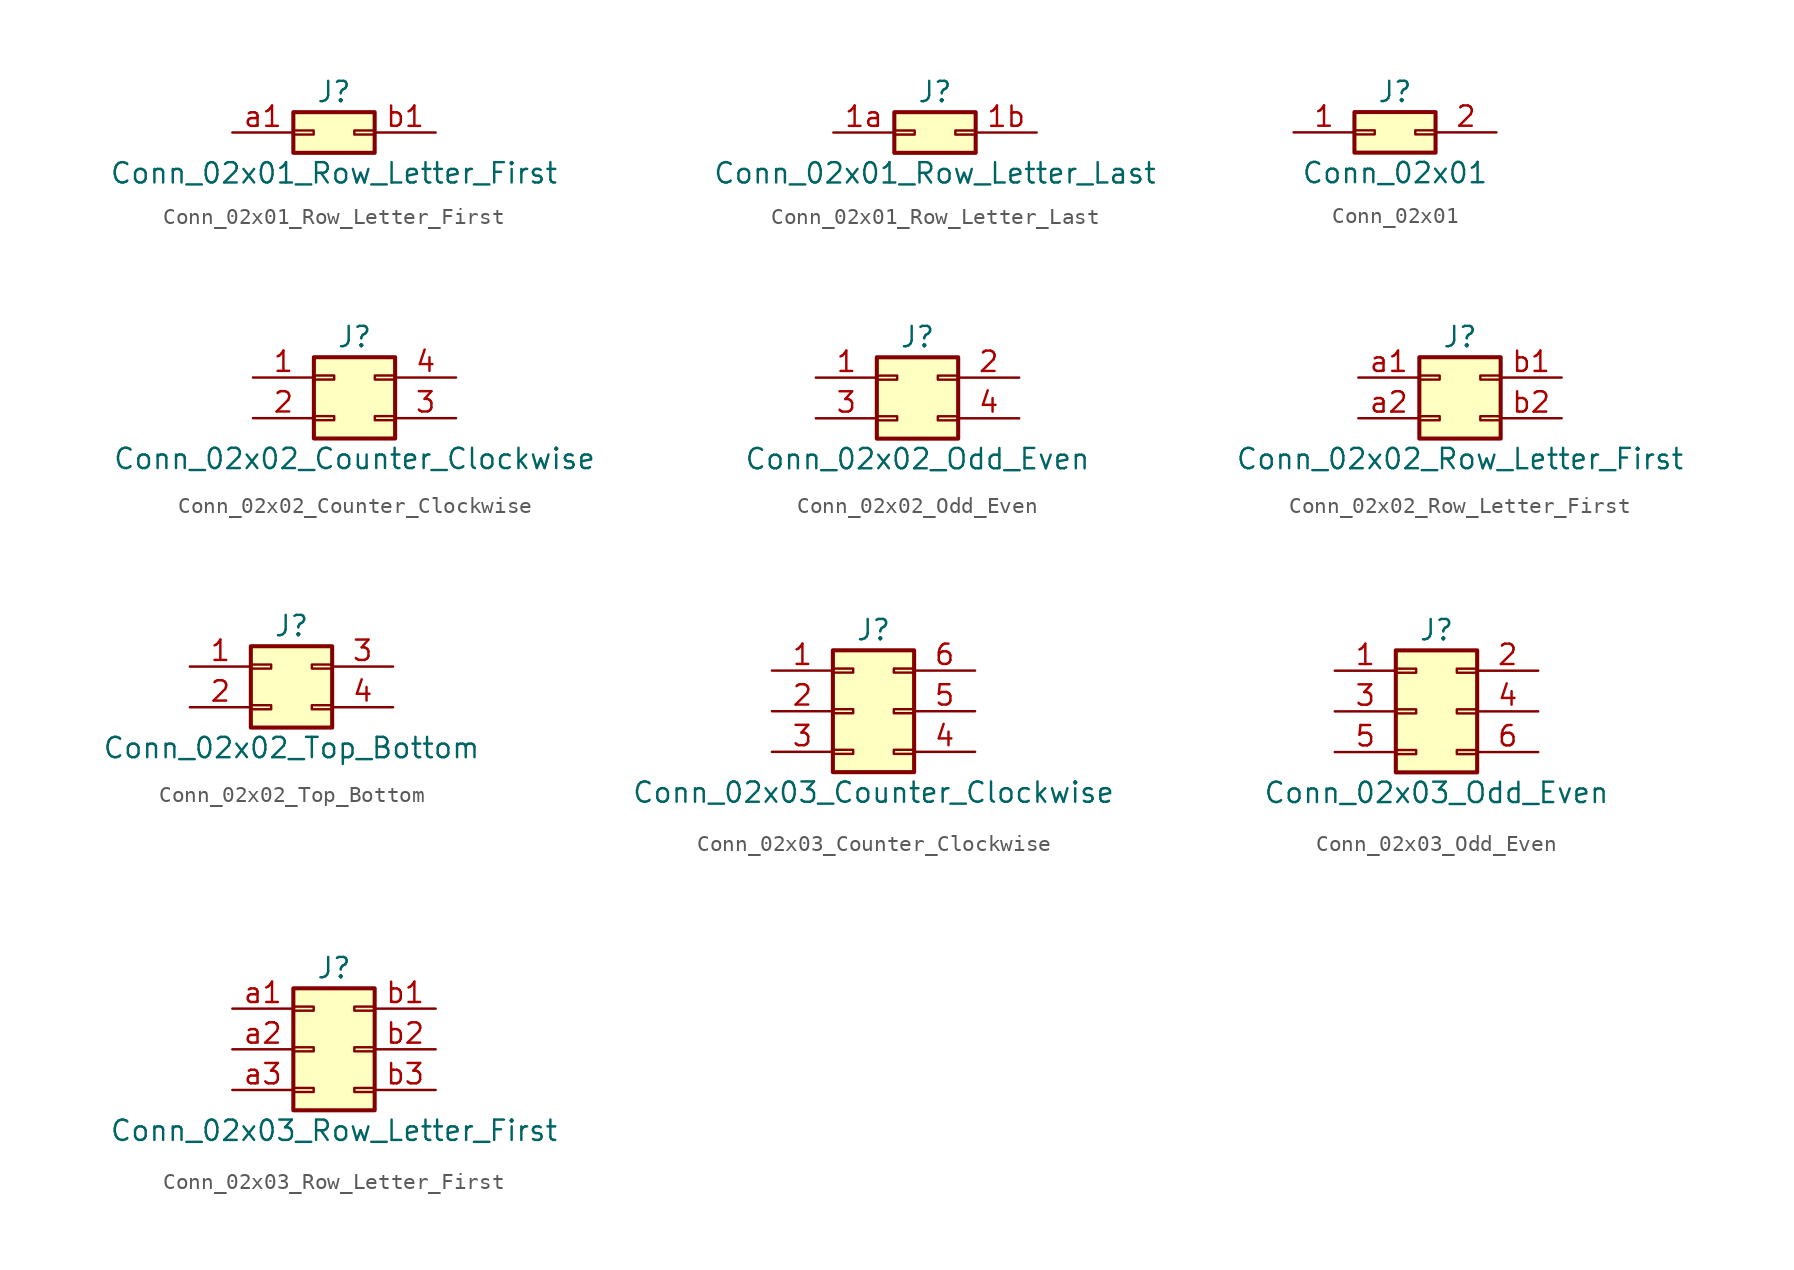
<source format=kicad_sym>
(kicad_symbol_lib
  (version 20201005)
  (generator kicad_symbol_editor)
  (symbol "Conn_02x01_Row_Letter_First"
    (pin_names
      (offset 1.016) hide)
    (property "Reference" "J"
      (at 1.27 2.54 0)
      (effects (font (size 1.27 1.27))))
    (property "Value" "Conn_02x01_Row_Letter_First"
      (at 1.27 -2.54 0)
      (effects (font (size 1.27 1.27))))
    (symbol "Conn_02x01_Row_Letter_First_1_1"
      (rectangle (start -1.27 0.127) (end 0 -0.127) (stroke (width 0.152)) (fill (type none)))
      (rectangle (start -1.27 1.27) (end 3.81 -1.27) (stroke (width 0.254)) (fill (type background)))
      (rectangle (start 3.81 0.127) (end 2.54 -0.127) (stroke (width 0.152)) (fill (type none)))
      (pin passive line (at -5.08 0 0) (length 3.81) (name "Pin_a1" (effects (font (size 1.27 1.27)))) (number "a1" (effects (font (size 1.27 1.27)))))
      (pin passive line (at 7.62 0 180) (length 3.81) (name "Pin_b1" (effects (font (size 1.27 1.27)))) (number "b1" (effects (font (size 1.27 1.27)))))))
  (symbol "Conn_02x01_Row_Letter_Last"
    (pin_names
      (offset 1.016) hide)
    (property "Reference" "J"
      (at 1.27 2.54 0)
      (effects (font (size 1.27 1.27))))
    (property "Value" "Conn_02x01_Row_Letter_Last"
      (at 1.27 -2.54 0)
      (effects (font (size 1.27 1.27))))
    (symbol "Conn_02x01_Row_Letter_Last_1_1"
      (rectangle (start -1.27 0.127) (end 0 -0.127) (stroke (width 0.152)) (fill (type none)))
      (rectangle (start -1.27 1.27) (end 3.81 -1.27) (stroke (width 0.254)) (fill (type background)))
      (rectangle (start 3.81 0.127) (end 2.54 -0.127) (stroke (width 0.152)) (fill (type none)))
      (pin passive line (at -5.08 0 0) (length 3.81) (name "Pin_1a" (effects (font (size 1.27 1.27)))) (number "1a" (effects (font (size 1.27 1.27)))))
      (pin passive line (at 7.62 0 180) (length 3.81) (name "Pin_1b" (effects (font (size 1.27 1.27)))) (number "1b" (effects (font (size 1.27 1.27)))))))
  (symbol "Conn_02x01"
    (pin_names
      (offset 1.016) hide)
    (property "Reference" "J"
      (at 1.27 2.54 0)
      (effects (font (size 1.27 1.27))))
    (property "Value" "Conn_02x01"
      (at 1.27 -2.54 0)
      (effects (font (size 1.27 1.27))))
    (symbol "Conn_02x01_1_1"
      (rectangle (start -1.27 0.127) (end 0 -0.127) (stroke (width 0.152)) (fill (type none)))
      (rectangle (start -1.27 1.27) (end 3.81 -1.27) (stroke (width 0.254)) (fill (type background)))
      (rectangle (start 3.81 0.127) (end 2.54 -0.127) (stroke (width 0.152)) (fill (type none)))
      (pin passive line (at -5.08 0 0) (length 3.81) (name "Pin_1" (effects (font (size 1.27 1.27)))) (number "1" (effects (font (size 1.27 1.27)))))
      (pin passive line (at 7.62 0 180) (length 3.81) (name "Pin_2" (effects (font (size 1.27 1.27)))) (number "2" (effects (font (size 1.27 1.27)))))))
  (symbol "Conn_02x02_Counter_Clockwise"
    (pin_names
      (offset 1.016) hide)
    (property "Reference" "J"
      (at 1.27 2.54 0)
      (effects (font (size 1.27 1.27))))
    (property "Value" "Conn_02x02_Counter_Clockwise"
      (at 1.27 -5.08 0)
      (effects (font (size 1.27 1.27))))
    (symbol "Conn_02x02_Counter_Clockwise_1_1"
      (rectangle (start -1.27 -2.413) (end 0 -2.667) (stroke (width 0.152)) (fill (type none)))
      (rectangle (start -1.27 0.127) (end 0 -0.127) (stroke (width 0.152)) (fill (type none)))
      (rectangle (start -1.27 1.27) (end 3.81 -3.81) (stroke (width 0.254)) (fill (type background)))
      (rectangle (start 3.81 -2.413) (end 2.54 -2.667) (stroke (width 0.152)) (fill (type none)))
      (rectangle (start 3.81 0.127) (end 2.54 -0.127) (stroke (width 0.152)) (fill (type none)))
      (pin passive line (at -5.08 0 0) (length 3.81) (name "Pin_1" (effects (font (size 1.27 1.27)))) (number "1" (effects (font (size 1.27 1.27)))))
      (pin passive line (at -5.08 -2.54 0) (length 3.81) (name "Pin_2" (effects (font (size 1.27 1.27)))) (number "2" (effects (font (size 1.27 1.27)))))
      (pin passive line (at 7.62 -2.54 180) (length 3.81) (name "Pin_3" (effects (font (size 1.27 1.27)))) (number "3" (effects (font (size 1.27 1.27)))))
      (pin passive line (at 7.62 0 180) (length 3.81) (name "Pin_4" (effects (font (size 1.27 1.27)))) (number "4" (effects (font (size 1.27 1.27)))))))
  (symbol "Conn_02x02_Odd_Even"
    (pin_names
      (offset 1.016) hide)
    (property "Reference" "J"
      (at 1.27 2.54 0)
      (effects (font (size 1.27 1.27))))
    (property "Value" "Conn_02x02_Odd_Even"
      (at 1.27 -5.08 0)
      (effects (font (size 1.27 1.27))))
    (symbol "Conn_02x02_Odd_Even_1_1"
      (rectangle (start -1.27 -2.413) (end 0 -2.667) (stroke (width 0.152)) (fill (type none)))
      (rectangle (start -1.27 0.127) (end 0 -0.127) (stroke (width 0.152)) (fill (type none)))
      (rectangle (start -1.27 1.27) (end 3.81 -3.81) (stroke (width 0.254)) (fill (type background)))
      (rectangle (start 3.81 -2.413) (end 2.54 -2.667) (stroke (width 0.152)) (fill (type none)))
      (rectangle (start 3.81 0.127) (end 2.54 -0.127) (stroke (width 0.152)) (fill (type none)))
      (pin passive line (at -5.08 0 0) (length 3.81) (name "Pin_1" (effects (font (size 1.27 1.27)))) (number "1" (effects (font (size 1.27 1.27)))))
      (pin passive line (at 7.62 0 180) (length 3.81) (name "Pin_2" (effects (font (size 1.27 1.27)))) (number "2" (effects (font (size 1.27 1.27)))))
      (pin passive line (at -5.08 -2.54 0) (length 3.81) (name "Pin_3" (effects (font (size 1.27 1.27)))) (number "3" (effects (font (size 1.27 1.27)))))
      (pin passive line (at 7.62 -2.54 180) (length 3.81) (name "Pin_4" (effects (font (size 1.27 1.27)))) (number "4" (effects (font (size 1.27 1.27)))))))
  (symbol "Conn_02x02_Row_Letter_First"
    (pin_names
      (offset 1.016) hide)
    (property "Reference" "J"
      (at 1.27 2.54 0)
      (effects (font (size 1.27 1.27))))
    (property "Value" "Conn_02x02_Row_Letter_First"
      (at 1.27 -5.08 0)
      (effects (font (size 1.27 1.27))))
    (symbol "Conn_02x02_Row_Letter_First_1_1"
      (rectangle (start -1.27 -2.413) (end 0 -2.667) (stroke (width 0.152)) (fill (type none)))
      (rectangle (start -1.27 0.127) (end 0 -0.127) (stroke (width 0.152)) (fill (type none)))
      (rectangle (start -1.27 1.27) (end 3.81 -3.81) (stroke (width 0.254)) (fill (type background)))
      (rectangle (start 3.81 -2.413) (end 2.54 -2.667) (stroke (width 0.152)) (fill (type none)))
      (rectangle (start 3.81 0.127) (end 2.54 -0.127) (stroke (width 0.152)) (fill (type none)))
      (pin passive line (at -5.08 0 0) (length 3.81) (name "Pin_a1" (effects (font (size 1.27 1.27)))) (number "a1" (effects (font (size 1.27 1.27)))))
      (pin passive line (at -5.08 -2.54 0) (length 3.81) (name "Pin_a2" (effects (font (size 1.27 1.27)))) (number "a2" (effects (font (size 1.27 1.27)))))
      (pin passive line (at 7.62 0 180) (length 3.81) (name "Pin_b1" (effects (font (size 1.27 1.27)))) (number "b1" (effects (font (size 1.27 1.27)))))
      (pin passive line (at 7.62 -2.54 180) (length 3.81) (name "Pin_b2" (effects (font (size 1.27 1.27)))) (number "b2" (effects (font (size 1.27 1.27)))))))
  (symbol "Conn_02x02_Top_Bottom"
    (pin_names
      (offset 1.016) hide)
    (property "Reference" "J"
      (at 1.27 2.54 0)
      (effects (font (size 1.27 1.27))))
    (property "Value" "Conn_02x02_Top_Bottom"
      (at 1.27 -5.08 0)
      (effects (font (size 1.27 1.27))))
    (symbol "Conn_02x02_Top_Bottom_1_1"
      (rectangle (start -1.27 -2.413) (end 0 -2.667) (stroke (width 0.152)) (fill (type none)))
      (rectangle (start -1.27 0.127) (end 0 -0.127) (stroke (width 0.152)) (fill (type none)))
      (rectangle (start -1.27 1.27) (end 3.81 -3.81) (stroke (width 0.254)) (fill (type background)))
      (rectangle (start 3.81 -2.413) (end 2.54 -2.667) (stroke (width 0.152)) (fill (type none)))
      (rectangle (start 3.81 0.127) (end 2.54 -0.127) (stroke (width 0.152)) (fill (type none)))
      (pin passive line (at -5.08 0 0) (length 3.81) (name "Pin_1" (effects (font (size 1.27 1.27)))) (number "1" (effects (font (size 1.27 1.27)))))
      (pin passive line (at -5.08 -2.54 0) (length 3.81) (name "Pin_2" (effects (font (size 1.27 1.27)))) (number "2" (effects (font (size 1.27 1.27)))))
      (pin passive line (at 7.62 0 180) (length 3.81) (name "Pin_3" (effects (font (size 1.27 1.27)))) (number "3" (effects (font (size 1.27 1.27)))))
      (pin passive line (at 7.62 -2.54 180) (length 3.81) (name "Pin_4" (effects (font (size 1.27 1.27)))) (number "4" (effects (font (size 1.27 1.27)))))))
  (symbol "Conn_02x03_Counter_Clockwise"
    (pin_names
      (offset 1.016) hide)
    (property "Reference" "J"
      (at 1.27 5.08 0)
      (effects (font (size 1.27 1.27))))
    (property "Value" "Conn_02x03_Counter_Clockwise"
      (at 1.27 -5.08 0)
      (effects (font (size 1.27 1.27))))
    (symbol "Conn_02x03_Counter_Clockwise_1_1"
      (rectangle (start -1.27 -2.413) (end 0 -2.667) (stroke (width 0.152)) (fill (type none)))
      (rectangle (start -1.27 0.127) (end 0 -0.127) (stroke (width 0.152)) (fill (type none)))
      (rectangle (start -1.27 2.667) (end 0 2.413) (stroke (width 0.152)) (fill (type none)))
      (rectangle (start -1.27 3.81) (end 3.81 -3.81) (stroke (width 0.254)) (fill (type background)))
      (rectangle (start 3.81 -2.413) (end 2.54 -2.667) (stroke (width 0.152)) (fill (type none)))
      (rectangle (start 3.81 0.127) (end 2.54 -0.127) (stroke (width 0.152)) (fill (type none)))
      (rectangle (start 3.81 2.667) (end 2.54 2.413) (stroke (width 0.152)) (fill (type none)))
      (pin passive line (at -5.08 2.54 0) (length 3.81) (name "Pin_1" (effects (font (size 1.27 1.27)))) (number "1" (effects (font (size 1.27 1.27)))))
      (pin passive line (at -5.08 0 0) (length 3.81) (name "Pin_2" (effects (font (size 1.27 1.27)))) (number "2" (effects (font (size 1.27 1.27)))))
      (pin passive line (at -5.08 -2.54 0) (length 3.81) (name "Pin_3" (effects (font (size 1.27 1.27)))) (number "3" (effects (font (size 1.27 1.27)))))
      (pin passive line (at 7.62 -2.54 180) (length 3.81) (name "Pin_4" (effects (font (size 1.27 1.27)))) (number "4" (effects (font (size 1.27 1.27)))))
      (pin passive line (at 7.62 0 180) (length 3.81) (name "Pin_5" (effects (font (size 1.27 1.27)))) (number "5" (effects (font (size 1.27 1.27)))))
      (pin passive line (at 7.62 2.54 180) (length 3.81) (name "Pin_6" (effects (font (size 1.27 1.27)))) (number "6" (effects (font (size 1.27 1.27)))))))
  (symbol "Conn_02x03_Odd_Even"
    (pin_names
      (offset 1.016) hide)
    (property "Reference" "J"
      (at 1.27 5.08 0)
      (effects (font (size 1.27 1.27))))
    (property "Value" "Conn_02x03_Odd_Even"
      (at 1.27 -5.08 0)
      (effects (font (size 1.27 1.27))))
    (symbol "Conn_02x03_Odd_Even_1_1"
      (rectangle (start -1.27 -2.413) (end 0 -2.667) (stroke (width 0.152)) (fill (type none)))
      (rectangle (start -1.27 0.127) (end 0 -0.127) (stroke (width 0.152)) (fill (type none)))
      (rectangle (start -1.27 2.667) (end 0 2.413) (stroke (width 0.152)) (fill (type none)))
      (rectangle (start -1.27 3.81) (end 3.81 -3.81) (stroke (width 0.254)) (fill (type background)))
      (rectangle (start 3.81 -2.413) (end 2.54 -2.667) (stroke (width 0.152)) (fill (type none)))
      (rectangle (start 3.81 0.127) (end 2.54 -0.127) (stroke (width 0.152)) (fill (type none)))
      (rectangle (start 3.81 2.667) (end 2.54 2.413) (stroke (width 0.152)) (fill (type none)))
      (pin passive line (at -5.08 2.54 0) (length 3.81) (name "Pin_1" (effects (font (size 1.27 1.27)))) (number "1" (effects (font (size 1.27 1.27)))))
      (pin passive line (at 7.62 2.54 180) (length 3.81) (name "Pin_2" (effects (font (size 1.27 1.27)))) (number "2" (effects (font (size 1.27 1.27)))))
      (pin passive line (at -5.08 0 0) (length 3.81) (name "Pin_3" (effects (font (size 1.27 1.27)))) (number "3" (effects (font (size 1.27 1.27)))))
      (pin passive line (at 7.62 0 180) (length 3.81) (name "Pin_4" (effects (font (size 1.27 1.27)))) (number "4" (effects (font (size 1.27 1.27)))))
      (pin passive line (at -5.08 -2.54 0) (length 3.81) (name "Pin_5" (effects (font (size 1.27 1.27)))) (number "5" (effects (font (size 1.27 1.27)))))
      (pin passive line (at 7.62 -2.54 180) (length 3.81) (name "Pin_6" (effects (font (size 1.27 1.27)))) (number "6" (effects (font (size 1.27 1.27)))))))
  (symbol "Conn_02x03_Row_Letter_First"
    (pin_names
      (offset 1.016) hide)
    (property "Reference" "J"
      (at 1.27 5.08 0)
      (effects (font (size 1.27 1.27))))
    (property "Value" "Conn_02x03_Row_Letter_First"
      (at 1.27 -5.08 0)
      (effects (font (size 1.27 1.27))))
    (symbol "Conn_02x03_Row_Letter_First_1_1"
      (rectangle (start -1.27 -2.413) (end 0 -2.667) (stroke (width 0.152)) (fill (type none)))
      (rectangle (start -1.27 0.127) (end 0 -0.127) (stroke (width 0.152)) (fill (type none)))
      (rectangle (start -1.27 2.667) (end 0 2.413) (stroke (width 0.152)) (fill (type none)))
      (rectangle (start -1.27 3.81) (end 3.81 -3.81) (stroke (width 0.254)) (fill (type background)))
      (rectangle (start 3.81 -2.413) (end 2.54 -2.667) (stroke (width 0.152)) (fill (type none)))
      (rectangle (start 3.81 0.127) (end 2.54 -0.127) (stroke (width 0.152)) (fill (type none)))
      (rectangle (start 3.81 2.667) (end 2.54 2.413) (stroke (width 0.152)) (fill (type none)))
      (pin passive line (at -5.08 2.54 0) (length 3.81) (name "Pin_a1" (effects (font (size 1.27 1.27)))) (number "a1" (effects (font (size 1.27 1.27)))))
      (pin passive line (at -5.08 0 0) (length 3.81) (name "Pin_a2" (effects (font (size 1.27 1.27)))) (number "a2" (effects (font (size 1.27 1.27)))))
      (pin passive line (at -5.08 -2.54 0) (length 3.81) (name "Pin_a3" (effects (font (size 1.27 1.27)))) (number "a3" (effects (font (size 1.27 1.27)))))
      (pin passive line (at 7.62 2.54 180) (length 3.81) (name "Pin_b1" (effects (font (size 1.27 1.27)))) (number "b1" (effects (font (size 1.27 1.27)))))
      (pin passive line (at 7.62 0 180) (length 3.81) (name "Pin_b2" (effects (font (size 1.27 1.27)))) (number "b2" (effects (font (size 1.27 1.27)))))
      (pin passive line (at 7.62 -2.54 180) (length 3.81) (name "Pin_b3" (effects (font (size 1.27 1.27)))) (number "b3" (effects (font (size 1.27 1.27))))))))
</source>
